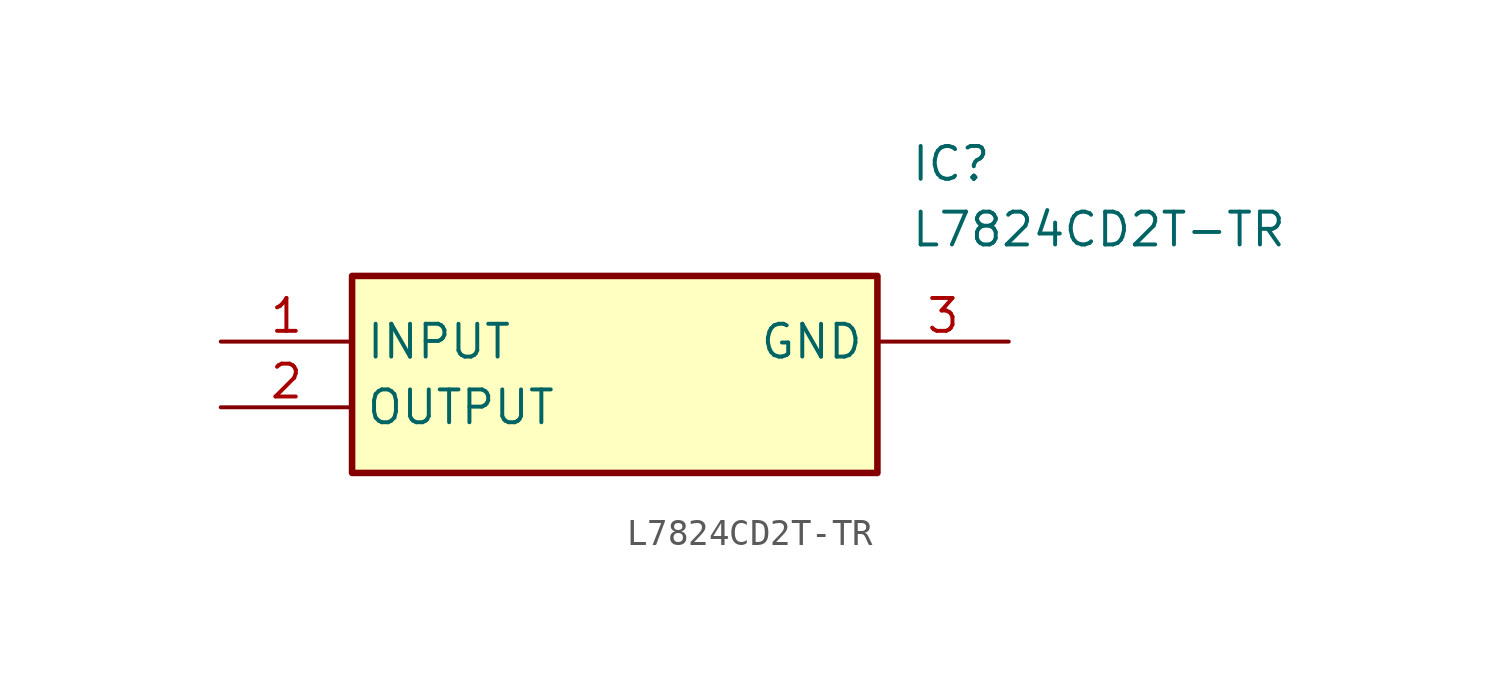
<source format=kicad_sym>
(kicad_symbol_lib
  (version 20211014)
  (generator SamacSys_ECAD_Model)
  (symbol "L7824CD2T-TR"
    (property "Reference" "IC"
      (at 26.67 7.62 0)
      (effects (font (size 1.27 1.27)) (justify left top)))
    (property "Value" "L7824CD2T-TR"
      (at 26.67 5.08 0)
      (effects (font (size 1.27 1.27)) (justify left top)))
    (rectangle
      (start 5.08 2.54)
      (end 25.4 -5.08)
      (stroke (width 0.254) (type default))
      (fill (type background)))
    (pin input line
      (at 0 0 0)
      (length 5.08)
      (name "INPUT" (effects (font (size 1.27 1.27))))
      (number "1" (effects (font (size 1.27 1.27)))))
    (pin output line
      (at 0 -2.54 0)
      (length 5.08)
      (name "OUTPUT" (effects (font (size 1.27 1.27))))
      (number "2" (effects (font (size 1.27 1.27)))))
    (pin power_in line
      (at 30.48 0 180)
      (length 5.08)
      (name "GND" (effects (font (size 1.27 1.27))))
      (number "3" (effects (font (size 1.27 1.27)))))))
</source>
